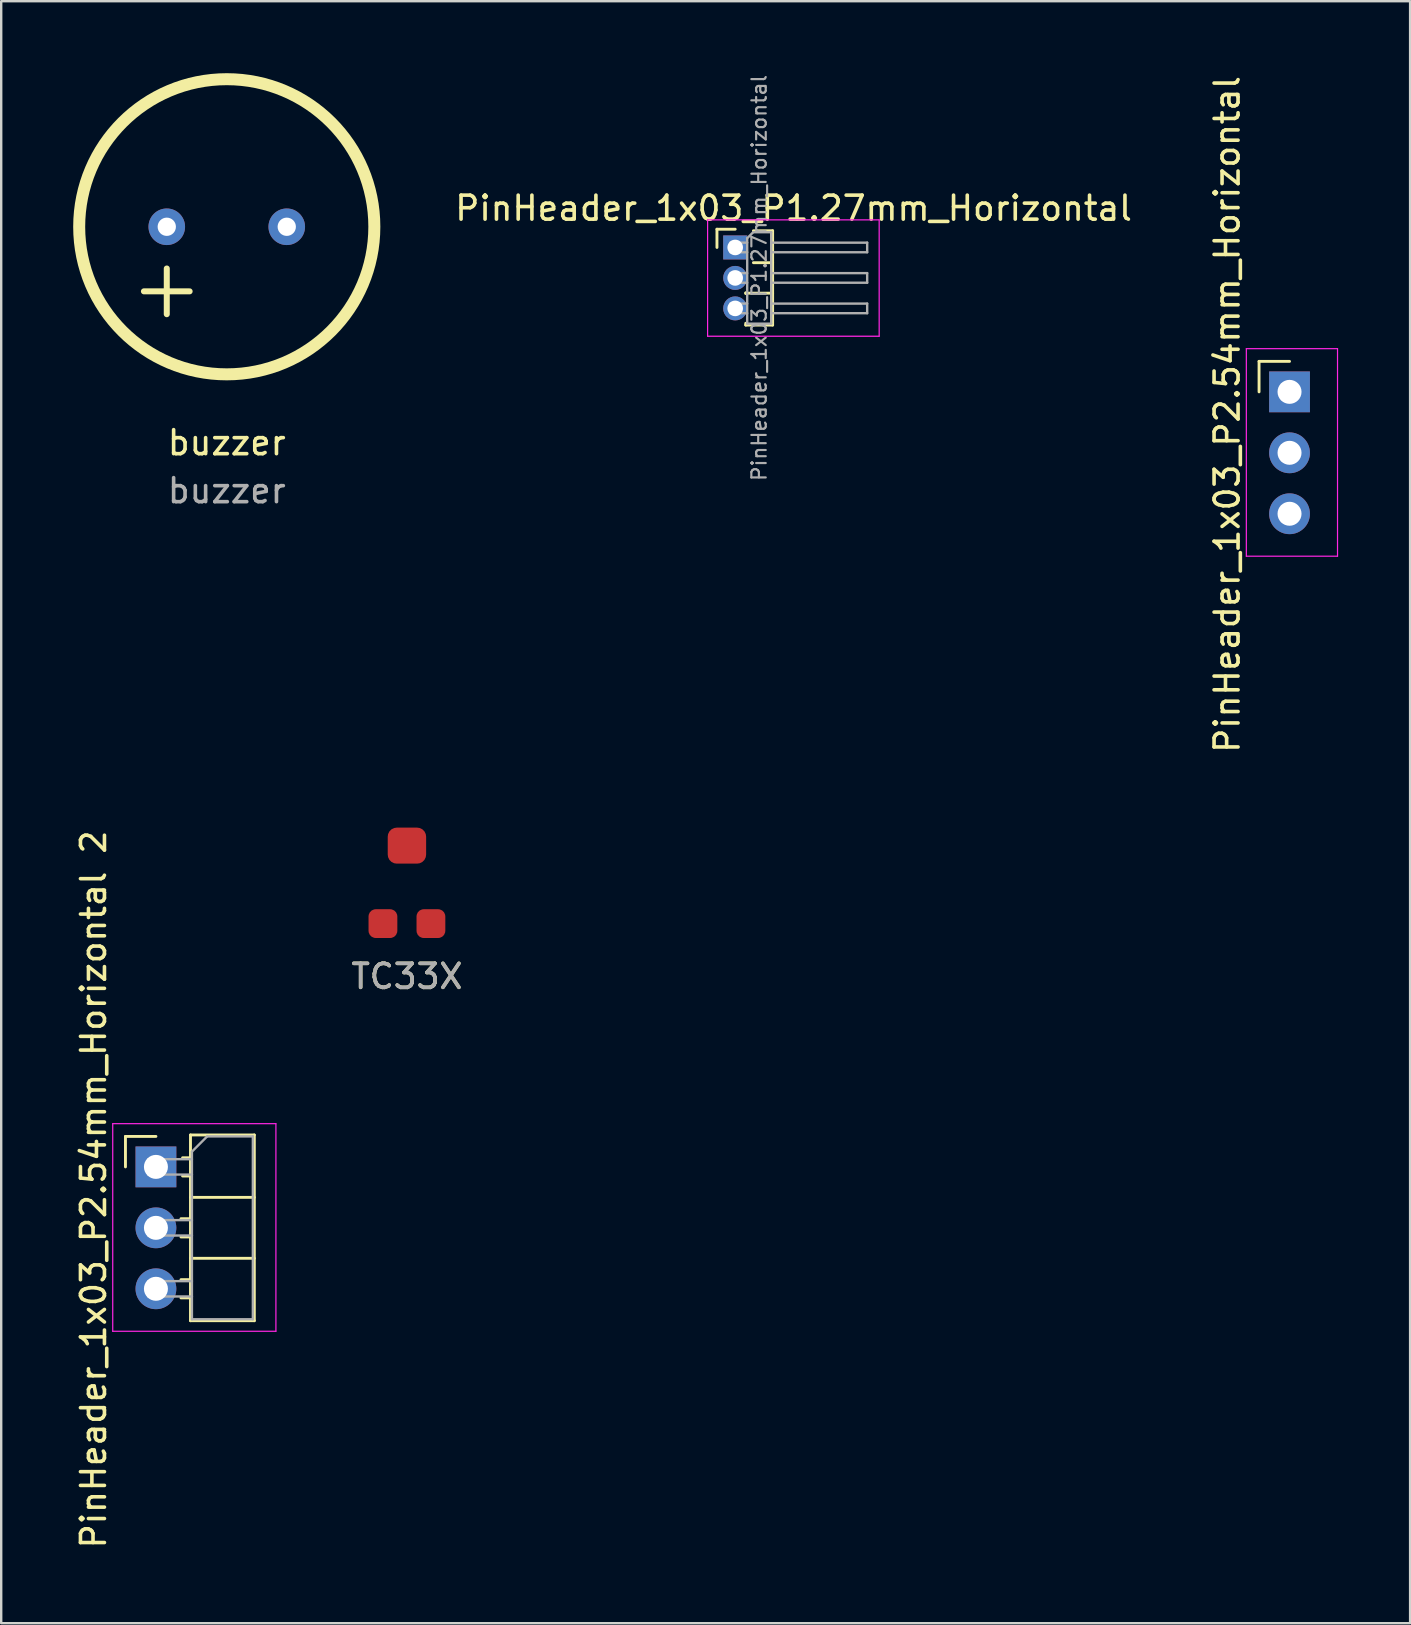
<source format=kicad_pcb>
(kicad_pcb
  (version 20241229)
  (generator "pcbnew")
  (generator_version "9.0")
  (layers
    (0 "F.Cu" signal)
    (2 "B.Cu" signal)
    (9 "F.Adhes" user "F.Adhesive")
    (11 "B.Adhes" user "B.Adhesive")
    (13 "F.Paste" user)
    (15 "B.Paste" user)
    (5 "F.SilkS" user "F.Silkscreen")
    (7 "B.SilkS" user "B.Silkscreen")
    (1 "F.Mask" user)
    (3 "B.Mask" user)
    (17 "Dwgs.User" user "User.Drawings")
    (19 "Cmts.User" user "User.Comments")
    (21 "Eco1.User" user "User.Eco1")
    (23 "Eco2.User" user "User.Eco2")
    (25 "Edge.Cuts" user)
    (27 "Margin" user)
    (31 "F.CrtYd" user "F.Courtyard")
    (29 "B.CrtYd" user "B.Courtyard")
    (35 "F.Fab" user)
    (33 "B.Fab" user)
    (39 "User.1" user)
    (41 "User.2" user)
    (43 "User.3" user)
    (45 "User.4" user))
  (footprint "PinHeader_1x03_P2.54mm_Horizontal"
    (layer "F.Cu")
    (at 50.689 13.28)
    (property "Reference" "PinHeader_1x03_P2.54mm_Horizontal" (at -2.6 0.94 90) (layer "F.SilkS") (effects (font (size 1 1) (thickness 0.15))))
    (attr through_hole)
    (fp_line (start -1.27 -1.27) (end 0 -1.27) (stroke (width 0.12) (type solid)) (layer "F.SilkS"))
    (fp_line (start -1.27 0) (end -1.27 -1.27) (stroke (width 0.12) (type solid)) (layer "F.SilkS"))
    (fp_line (start -1.8 -1.8) (end -1.8 6.85) (stroke (width 0.05) (type solid)) (layer "F.CrtYd"))
    (fp_line (start -1.8 6.85) (end 2 6.85) (stroke (width 0.05) (type solid)) (layer "F.CrtYd"))
    (fp_line (start 2 -1.8) (end -1.8 -1.8) (stroke (width 0.05) (type solid)) (layer "F.CrtYd"))
    (fp_line (start 2 6.85) (end 2 -1.8) (stroke (width 0.05) (type solid)) (layer "F.CrtYd"))
    (fp_line (start -0.32 -0.32) (end -0.32 0.32) (stroke (width 0.1) (type solid)) (layer "F.Fab"))
    (fp_line (start -0.32 2.22) (end -0.32 2.86) (stroke (width 0.1) (type solid)) (layer "F.Fab"))
    (fp_line (start -0.32 4.76) (end -0.32 5.4) (stroke (width 0.1) (type solid)) (layer "F.Fab"))
    (pad "1" thru_hole rect (at 0 0) (size 1.7 1.7) (drill 1) (layers "*.Cu" "*.Mask"))
    (pad "2" thru_hole oval (at 0 2.54) (size 1.7 1.7) (drill 1) (layers "*.Cu" "*.Mask"))
    (pad "3" thru_hole oval (at 0 5.08) (size 1.7 1.7) (drill 1) (layers "*.Cu" "*.Mask")))
  (footprint "TC33X"
    (layer "F.Cu")
    (at 13.908 33.64)
    (property "Reference" "TC33X" (at 0 4 0) (unlocked yes) (layer "F.SilkS") (effects (font (size 1 1) (thickness 0.15))))
    (attr smd)
    (fp_text user "${REFERENCE}" (at 0 4 0) (unlocked yes) (layer "F.Fab") (effects (font (size 1 1) (thickness 0.15))))
    (pad "1" smd roundrect (at 0 -1.45) (size 1.6 1.5) (layers "F.Cu" "F.Mask" "F.Paste") (roundrect_rratio 0.25))
    (pad "2" smd roundrect (at 1 1.8) (size 1.2 1.2) (layers "F.Cu" "F.Mask" "F.Paste") (roundrect_rratio 0.25))
    (pad "3" smd roundrect (at -1 1.8) (size 1.2 1.2) (layers "F.Cu" "F.Mask" "F.Paste") (roundrect_rratio 0.25)))
  (footprint "buzzer"
    (layer "F.Cu")
    (at 6.4 6.4)
    (property "Reference" "buzzer" (at 0 9 0) (unlocked yes) (layer "F.SilkS") (effects (font (size 1 1) (thickness 0.15))))
    (attr through_hole)
    (fp_circle (center 0 0) (end 6.15 0) (stroke (width 0.5) (type solid)) (fill no) (layer "F.SilkS"))
    (fp_text user "+" (at -2.5 2.5 0) (unlocked yes) (layer "F.SilkS") (effects (font (size 2.5 2.5) (thickness 0.25))))
    (fp_text user "${REFERENCE}" (at 0 11 0) (unlocked yes) (layer "F.Fab") (effects (font (size 1 1) (thickness 0.15))))
    (pad "1" thru_hole circle (at -2.5 0) (size 1.524 1.524) (drill 0.762) (layers "*.Cu" "*.Mask"))
    (pad "2" thru_hole circle (at 2.5 0) (size 1.524 1.524) (drill 0.762) (layers "*.Cu" "*.Mask")))
  (footprint "PinHeader_1x03_P1.27mm_Horizontal"
    (layer "F.Cu")
    (at 27.588 7.262)
    (property "Reference" "PinHeader_1x03_P1.27mm_Horizontal" (at 2.433 -1.635 0) (layer "F.SilkS") (effects (font (size 1 1) (thickness 0.15))))
    (attr through_hole)
    (fp_line (start -0.76 -0.76) (end 0 -0.76) (stroke (width 0.12) (type solid)) (layer "F.SilkS"))
    (fp_line (start -0.76 0) (end -0.76 -0.76) (stroke (width 0.12) (type solid)) (layer "F.SilkS"))
    (fp_line (start 0.44 1.89) (end 0.44 1.92) (stroke (width 0.12) (type solid)) (layer "F.SilkS"))
    (fp_line (start 0.44 1.905) (end 1.56 1.905) (stroke (width 0.12) (type solid)) (layer "F.SilkS"))
    (fp_line (start 0.44 3.235) (end 0.44 3.16) (stroke (width 0.12) (type solid)) (layer "F.SilkS"))
    (fp_line (start 0.76 -0.695) (end 1.56 -0.695) (stroke (width 0.12) (type solid)) (layer "F.SilkS"))
    (fp_line (start 0.76 0.635) (end 1.56 0.635) (stroke (width 0.12) (type solid)) (layer "F.SilkS"))
    (fp_line (start 1.56 -0.695) (end 1.56 3.235) (stroke (width 0.12) (type solid)) (layer "F.SilkS"))
    (fp_line (start 1.56 3.235) (end 0.44 3.235) (stroke (width 0.12) (type solid)) (layer "F.SilkS"))
    (fp_line (start -1.15 -1.15) (end -1.15 3.7) (stroke (width 0.05) (type solid)) (layer "F.CrtYd"))
    (fp_line (start -1.15 3.7) (end 6 3.7) (stroke (width 0.05) (type solid)) (layer "F.CrtYd"))
    (fp_line (start 6 -1.15) (end -1.15 -1.15) (stroke (width 0.05) (type solid)) (layer "F.CrtYd"))
    (fp_line (start 6 3.7) (end 6 -1.15) (stroke (width 0.05) (type solid)) (layer "F.CrtYd"))
    (fp_line (start -0.2 -0.2) (end -0.2 0.2) (stroke (width 0.1) (type solid)) (layer "F.Fab"))
    (fp_line (start -0.2 -0.2) (end 0.5 -0.2) (stroke (width 0.1) (type solid)) (layer "F.Fab"))
    (fp_line (start -0.2 0.2) (end 0.5 0.2) (stroke (width 0.1) (type solid)) (layer "F.Fab"))
    (fp_line (start -0.2 1.07) (end -0.2 1.47) (stroke (width 0.1) (type solid)) (layer "F.Fab"))
    (fp_line (start -0.2 1.07) (end 0.5 1.07) (stroke (width 0.1) (type solid)) (layer "F.Fab"))
    (fp_line (start -0.2 1.47) (end 0.5 1.47) (stroke (width 0.1) (type solid)) (layer "F.Fab"))
    (fp_line (start -0.2 2.34) (end -0.2 2.74) (stroke (width 0.1) (type solid)) (layer "F.Fab"))
    (fp_line (start -0.2 2.34) (end 0.5 2.34) (stroke (width 0.1) (type solid)) (layer "F.Fab"))
    (fp_line (start -0.2 2.74) (end 0.5 2.74) (stroke (width 0.1) (type solid)) (layer "F.Fab"))
    (fp_line (start 0.5 -0.385) (end 0.75 -0.635) (stroke (width 0.1) (type solid)) (layer "F.Fab"))
    (fp_line (start 0.5 3.175) (end 0.5 -0.385) (stroke (width 0.1) (type solid)) (layer "F.Fab"))
    (fp_line (start 0.75 -0.635) (end 1.5 -0.635) (stroke (width 0.1) (type solid)) (layer "F.Fab"))
    (fp_line (start 1.5 -0.635) (end 1.5 3.175) (stroke (width 0.1) (type solid)) (layer "F.Fab"))
    (fp_line (start 1.5 -0.2) (end 5.5 -0.2) (stroke (width 0.1) (type solid)) (layer "F.Fab"))
    (fp_line (start 1.5 0.2) (end 5.5 0.2) (stroke (width 0.1) (type solid)) (layer "F.Fab"))
    (fp_line (start 1.5 1.07) (end 5.5 1.07) (stroke (width 0.1) (type solid)) (layer "F.Fab"))
    (fp_line (start 1.5 1.47) (end 5.5 1.47) (stroke (width 0.1) (type solid)) (layer "F.Fab"))
    (fp_line (start 1.5 2.34) (end 5.5 2.34) (stroke (width 0.1) (type solid)) (layer "F.Fab"))
    (fp_line (start 1.5 2.74) (end 5.5 2.74) (stroke (width 0.1) (type solid)) (layer "F.Fab"))
    (fp_line (start 1.5 3.175) (end 0.5 3.175) (stroke (width 0.1) (type solid)) (layer "F.Fab"))
    (fp_line (start 5.5 -0.2) (end 5.5 0.2) (stroke (width 0.1) (type solid)) (layer "F.Fab"))
    (fp_line (start 5.5 1.07) (end 5.5 1.47) (stroke (width 0.1) (type solid)) (layer "F.Fab"))
    (fp_line (start 5.5 2.34) (end 5.5 2.74) (stroke (width 0.1) (type solid)) (layer "F.Fab"))
    (fp_text user "${REFERENCE}" (at 1 1.27 90) (layer "F.Fab") (effects (font (size 0.6 0.6) (thickness 0.09))))
    (pad "1" thru_hole rect (at 0 0) (size 1 1) (drill 0.65) (layers "*.Cu" "*.Mask"))
    (pad "2" thru_hole oval (at 0 1.27) (size 1 1) (drill 0.65) (layers "*.Cu" "*.Mask"))
    (pad "3" thru_hole oval (at 0 2.54) (size 1 1) (drill 0.65) (layers "*.Cu" "*.Mask")))
  (footprint "PinHeader_1x03_P2.54mm_Horizontal 2"
    (layer "F.Cu")
    (at 3.448 45.578)
    (property "Reference" "PinHeader_1x03_P2.54mm_Horizontal 2" (at -2.6 0.94 90) (layer "F.SilkS") (effects (font (size 1 1) (thickness 0.15))))
    (attr through_hole)
    (fp_line (start -1.27 -1.27) (end 0 -1.27) (stroke (width 0.12) (type solid)) (layer "F.SilkS"))
    (fp_line (start -1.27 0) (end -1.27 -1.27) (stroke (width 0.12) (type solid)) (layer "F.SilkS"))
    (fp_line (start 1.043 2.16) (end 1.44 2.16) (stroke (width 0.12) (type solid)) (layer "F.SilkS"))
    (fp_line (start 1.043 2.92) (end 1.44 2.92) (stroke (width 0.12) (type solid)) (layer "F.SilkS"))
    (fp_line (start 1.043 4.7) (end 1.44 4.7) (stroke (width 0.12) (type solid)) (layer "F.SilkS"))
    (fp_line (start 1.043 5.46) (end 1.44 5.46) (stroke (width 0.12) (type solid)) (layer "F.SilkS"))
    (fp_line (start 1.11 -0.38) (end 1.44 -0.38) (stroke (width 0.12) (type solid)) (layer "F.SilkS"))
    (fp_line (start 1.11 0.38) (end 1.44 0.38) (stroke (width 0.12) (type solid)) (layer "F.SilkS"))
    (fp_line (start 1.44 -1.33) (end 1.44 6.41) (stroke (width 0.12) (type solid)) (layer "F.SilkS"))
    (fp_line (start 1.44 1.27) (end 4.1 1.27) (stroke (width 0.12) (type solid)) (layer "F.SilkS"))
    (fp_line (start 1.44 3.81) (end 4.1 3.81) (stroke (width 0.12) (type solid)) (layer "F.SilkS"))
    (fp_line (start 1.44 6.41) (end 4.1 6.41) (stroke (width 0.12) (type solid)) (layer "F.SilkS"))
    (fp_line (start 4.1 -1.33) (end 1.44 -1.33) (stroke (width 0.12) (type solid)) (layer "F.SilkS"))
    (fp_line (start 4.1 6.41) (end 4.1 -1.33) (stroke (width 0.12) (type solid)) (layer "F.SilkS"))
    (fp_line (start -1.8 -1.8) (end -1.8 6.85) (stroke (width 0.05) (type solid)) (layer "F.CrtYd"))
    (fp_line (start -1.8 6.85) (end 5 6.85) (stroke (width 0.05) (type solid)) (layer "F.CrtYd"))
    (fp_line (start 5 -1.8) (end -1.8 -1.8) (stroke (width 0.05) (type solid)) (layer "F.CrtYd"))
    (fp_line (start 5 6.85) (end 5 -1.8) (stroke (width 0.05) (type solid)) (layer "F.CrtYd"))
    (fp_line (start -0.32 -0.32) (end -0.32 0.32) (stroke (width 0.1) (type solid)) (layer "F.Fab"))
    (fp_line (start -0.32 -0.32) (end 1.5 -0.32) (stroke (width 0.1) (type solid)) (layer "F.Fab"))
    (fp_line (start -0.32 0.32) (end 1.5 0.32) (stroke (width 0.1) (type solid)) (layer "F.Fab"))
    (fp_line (start -0.32 2.22) (end -0.32 2.86) (stroke (width 0.1) (type solid)) (layer "F.Fab"))
    (fp_line (start -0.32 2.22) (end 1.5 2.22) (stroke (width 0.1) (type solid)) (layer "F.Fab"))
    (fp_line (start -0.32 2.86) (end 1.5 2.86) (stroke (width 0.1) (type solid)) (layer "F.Fab"))
    (fp_line (start -0.32 4.76) (end -0.32 5.4) (stroke (width 0.1) (type solid)) (layer "F.Fab"))
    (fp_line (start -0.32 4.76) (end 1.5 4.76) (stroke (width 0.1) (type solid)) (layer "F.Fab"))
    (fp_line (start -0.32 5.4) (end 1.5 5.4) (stroke (width 0.1) (type solid)) (layer "F.Fab"))
    (fp_line (start 1.5 -0.635) (end 2.135 -1.27) (stroke (width 0.1) (type solid)) (layer "F.Fab"))
    (fp_line (start 1.5 6.35) (end 1.5 -0.635) (stroke (width 0.1) (type solid)) (layer "F.Fab"))
    (fp_line (start 2.135 -1.27) (end 4.04 -1.27) (stroke (width 0.1) (type solid)) (layer "F.Fab"))
    (fp_line (start 4.04 -1.27) (end 4.04 6.35) (stroke (width 0.1) (type solid)) (layer "F.Fab"))
    (fp_line (start 4.04 6.35) (end 1.5 6.35) (stroke (width 0.1) (type solid)) (layer "F.Fab"))
    (pad "1" thru_hole rect (at 0 0) (size 1.7 1.7) (drill 1) (layers "*.Cu" "*.Mask"))
    (pad "2" thru_hole oval (at 0 2.54) (size 1.7 1.7) (drill 1) (layers "*.Cu" "*.Mask"))
    (pad "3" thru_hole oval (at 0 5.08) (size 1.7 1.7) (drill 1) (layers "*.Cu" "*.Mask")))
  (gr_rect
    (start -3 -3)
    (end 55.714 64.595)
    (stroke (width 0.1) (type default))
    (fill no)
    (layer "Edge.Cuts")))
</source>
